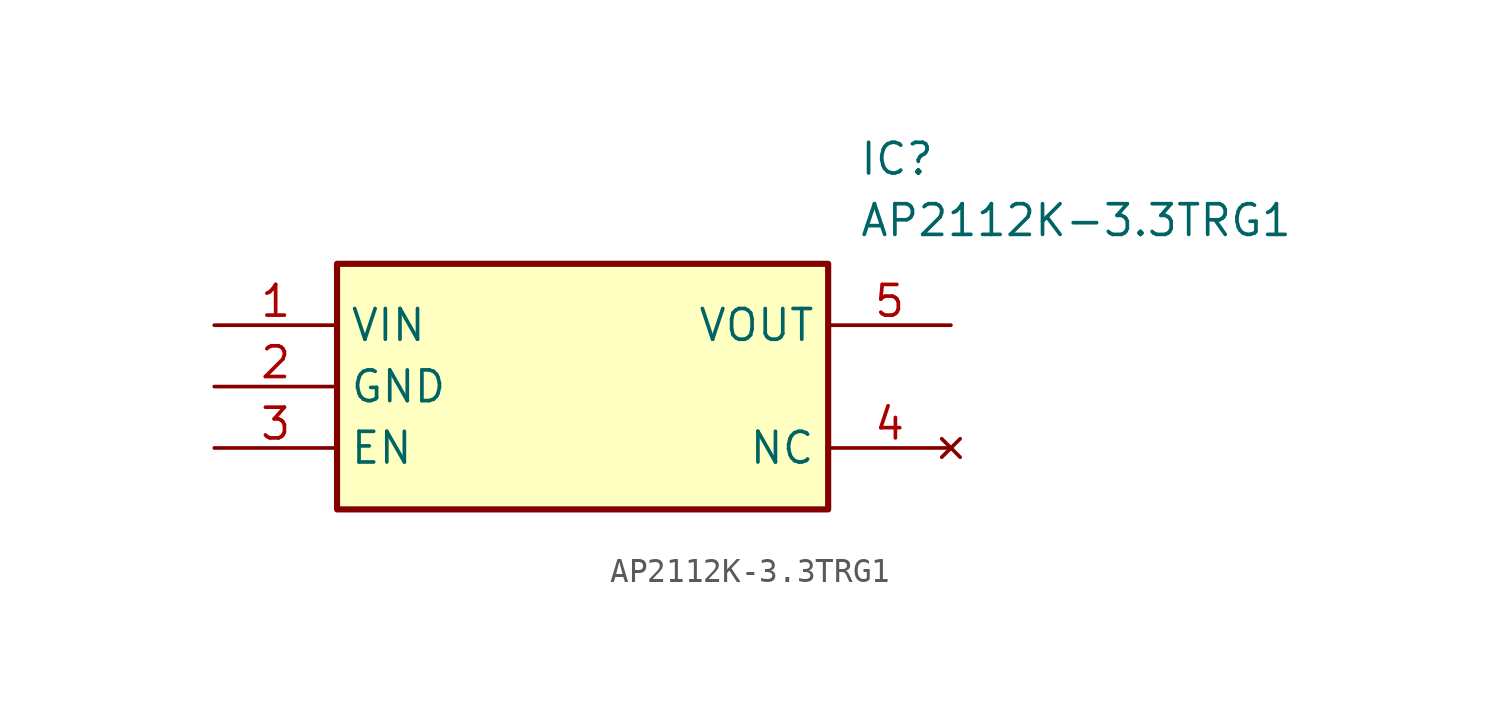
<source format=kicad_sym>
(kicad_symbol_lib
  (version 20211014)
  (generator SamacSys_ECAD_Model)
  (symbol "AP2112K-3.3TRG1"
    (property "Reference" "IC"
      (at 26.67 7.62 0)
      (effects (font (size 1.27 1.27)) (justify left top)))
    (property "Value" "AP2112K-3.3TRG1"
      (at 26.67 5.08 0)
      (effects (font (size 1.27 1.27)) (justify left top)))
    (rectangle
      (start 5.08 2.54)
      (end 25.4 -7.62)
      (stroke (width 0.254) (type default))
      (fill (type background)))
    (pin passive line
      (at 0 0 0)
      (length 5.08)
      (name "VIN" (effects (font (size 1.27 1.27))))
      (number "1" (effects (font (size 1.27 1.27)))))
    (pin passive line
      (at 0 -2.54 0)
      (length 5.08)
      (name "GND" (effects (font (size 1.27 1.27))))
      (number "2" (effects (font (size 1.27 1.27)))))
    (pin passive line
      (at 0 -5.08 0)
      (length 5.08)
      (name "EN" (effects (font (size 1.27 1.27))))
      (number "3" (effects (font (size 1.27 1.27)))))
    (pin no_connect line
      (at 30.48 -5.08 180)
      (length 5.08)
      (name "NC" (effects (font (size 1.27 1.27))))
      (number "4" (effects (font (size 1.27 1.27)))))
    (pin passive line
      (at 30.48 0 180)
      (length 5.08)
      (name "VOUT" (effects (font (size 1.27 1.27))))
      (number "5" (effects (font (size 1.27 1.27)))))))
</source>
